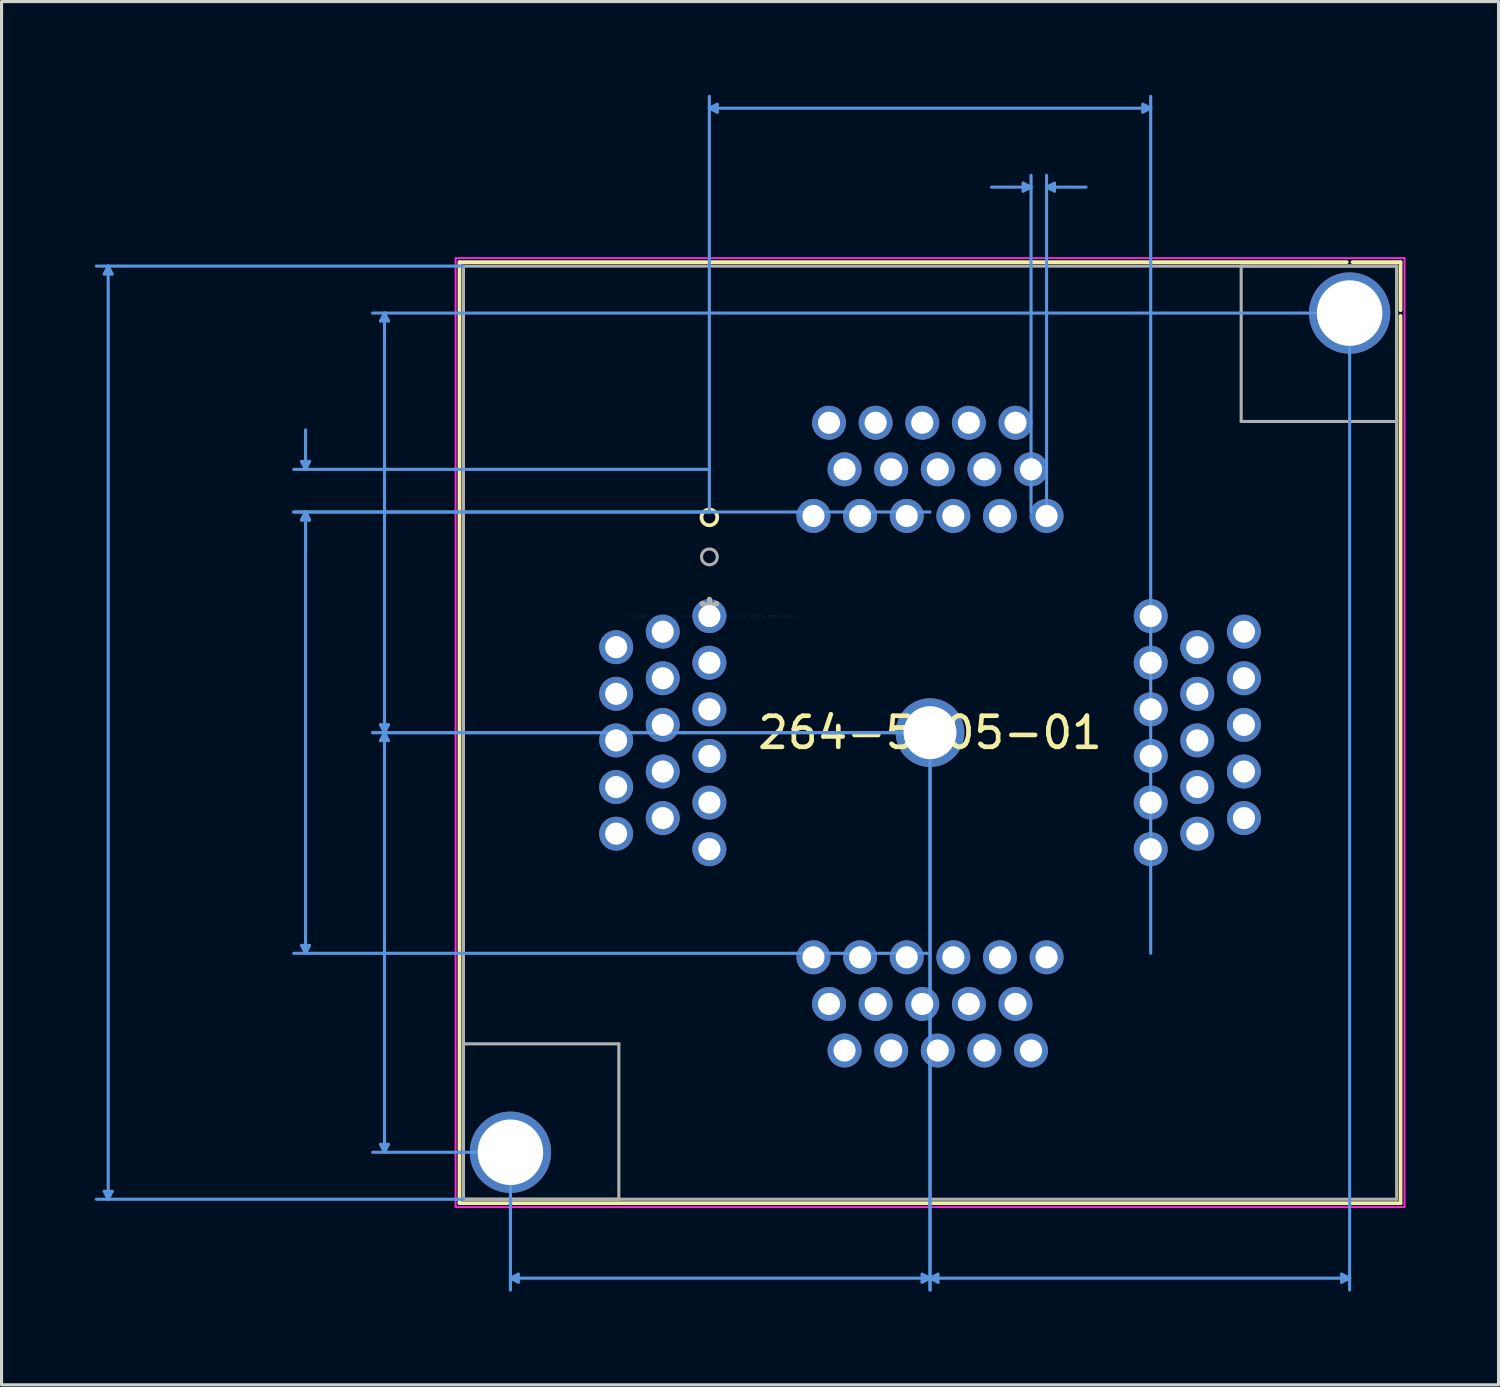
<source format=kicad_pcb>
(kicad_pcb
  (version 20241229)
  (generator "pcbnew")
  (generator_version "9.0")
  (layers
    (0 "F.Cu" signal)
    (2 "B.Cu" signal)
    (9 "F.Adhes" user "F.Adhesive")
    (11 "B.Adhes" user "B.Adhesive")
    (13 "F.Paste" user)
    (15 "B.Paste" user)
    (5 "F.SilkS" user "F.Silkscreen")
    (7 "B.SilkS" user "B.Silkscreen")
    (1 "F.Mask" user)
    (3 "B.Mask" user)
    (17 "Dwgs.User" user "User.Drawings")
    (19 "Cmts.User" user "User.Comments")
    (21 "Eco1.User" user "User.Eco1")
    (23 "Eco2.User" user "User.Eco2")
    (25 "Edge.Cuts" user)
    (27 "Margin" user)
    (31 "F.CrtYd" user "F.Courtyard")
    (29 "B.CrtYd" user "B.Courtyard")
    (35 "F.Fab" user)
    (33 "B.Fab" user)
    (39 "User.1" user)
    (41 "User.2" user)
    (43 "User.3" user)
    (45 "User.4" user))
  (footprint "264-5205-01"
    (layer "F.Cu")
    (at 19.773 16.772)
    (property "Reference" "264-5205-01" (at 7.099 3.75 0) (layer "F.SilkS") (effects (font (size 1 1) (thickness 0.15))))
    (attr through_hole)
    (fp_line (start -8.039 -11.388) (end -8.039 17.159) (stroke (width 0.12) (type solid)) (layer "F.SilkS"))
    (fp_line (start -8.039 17.341) (end -8.039 18.888) (stroke (width 0.12) (type solid)) (layer "F.SilkS"))
    (fp_line (start -8.039 18.888) (end -6.492 18.888) (stroke (width 0.12) (type solid)) (layer "F.SilkS"))
    (fp_line (start -6.31 18.888) (end 22.238 18.888) (stroke (width 0.12) (type solid)) (layer "F.SilkS"))
    (fp_line (start 20.508 -11.388) (end -8.039 -11.388) (stroke (width 0.12) (type solid)) (layer "F.SilkS"))
    (fp_line (start 22.238 -11.388) (end 20.691 -11.388) (stroke (width 0.12) (type solid)) (layer "F.SilkS"))
    (fp_line (start 22.238 -9.841) (end 22.238 -11.388) (stroke (width 0.12) (type solid)) (layer "F.SilkS"))
    (fp_line (start 22.238 18.888) (end 22.238 -9.659) (stroke (width 0.12) (type solid)) (layer "F.SilkS"))
    (fp_circle (center 0 -3.175) (end 0.254 -3.175) (stroke (width 0.12) (type solid)) (fill no) (layer "F.SilkS"))
    (fp_line (start -19.469 -11.007) (end -19.215 -11.007) (stroke (width 0.1) (type solid)) (layer "Cmts.User"))
    (fp_line (start -19.469 18.507) (end -19.215 18.507) (stroke (width 0.1) (type solid)) (layer "Cmts.User"))
    (fp_line (start -19.342 -11.261) (end -19.469 -11.007) (stroke (width 0.1) (type solid)) (layer "Cmts.User"))
    (fp_line (start -19.342 -11.261) (end -19.342 18.761) (stroke (width 0.1) (type solid)) (layer "Cmts.User"))
    (fp_line (start -19.342 -11.261) (end -19.215 -11.007) (stroke (width 0.1) (type solid)) (layer "Cmts.User"))
    (fp_line (start -19.342 18.761) (end -19.469 18.507) (stroke (width 0.1) (type solid)) (layer "Cmts.User"))
    (fp_line (start -19.342 18.761) (end -19.215 18.507) (stroke (width 0.1) (type solid)) (layer "Cmts.User"))
    (fp_line (start -13.119 -4.975) (end -12.865 -4.975) (stroke (width 0.1) (type solid)) (layer "Cmts.User"))
    (fp_line (start -13.119 -3.095) (end -12.865 -3.095) (stroke (width 0.1) (type solid)) (layer "Cmts.User"))
    (fp_line (start -13.119 -3.095) (end -12.865 -3.095) (stroke (width 0.1) (type solid)) (layer "Cmts.User"))
    (fp_line (start -13.119 10.595) (end -12.865 10.595) (stroke (width 0.1) (type solid)) (layer "Cmts.User"))
    (fp_line (start -12.992 -4.721) (end -13.119 -4.975) (stroke (width 0.1) (type solid)) (layer "Cmts.User"))
    (fp_line (start -12.992 -4.721) (end -12.992 -5.991) (stroke (width 0.1) (type solid)) (layer "Cmts.User"))
    (fp_line (start -12.992 -4.721) (end -12.865 -4.975) (stroke (width 0.1) (type solid)) (layer "Cmts.User"))
    (fp_line (start -12.992 -3.349) (end -13.119 -3.095) (stroke (width 0.1) (type solid)) (layer "Cmts.User"))
    (fp_line (start -12.992 -3.349) (end -13.119 -3.095) (stroke (width 0.1) (type solid)) (layer "Cmts.User"))
    (fp_line (start -12.992 -3.349) (end -12.992 -2.079) (stroke (width 0.1) (type solid)) (layer "Cmts.User"))
    (fp_line (start -12.992 -3.349) (end -12.992 10.849) (stroke (width 0.1) (type solid)) (layer "Cmts.User"))
    (fp_line (start -12.992 -3.349) (end -12.865 -3.095) (stroke (width 0.1) (type solid)) (layer "Cmts.User"))
    (fp_line (start -12.992 -3.349) (end -12.865 -3.095) (stroke (width 0.1) (type solid)) (layer "Cmts.User"))
    (fp_line (start -12.992 10.849) (end -13.119 10.595) (stroke (width 0.1) (type solid)) (layer "Cmts.User"))
    (fp_line (start -12.992 10.849) (end -12.865 10.595) (stroke (width 0.1) (type solid)) (layer "Cmts.User"))
    (fp_line (start -10.579 -9.496) (end -10.325 -9.496) (stroke (width 0.1) (type solid)) (layer "Cmts.User"))
    (fp_line (start -10.579 3.496) (end -10.325 3.496) (stroke (width 0.1) (type solid)) (layer "Cmts.User"))
    (fp_line (start -10.579 4.004) (end -10.325 4.004) (stroke (width 0.1) (type solid)) (layer "Cmts.User"))
    (fp_line (start -10.579 16.996) (end -10.325 16.996) (stroke (width 0.1) (type solid)) (layer "Cmts.User"))
    (fp_line (start -10.452 -9.75) (end -10.579 -9.496) (stroke (width 0.1) (type solid)) (layer "Cmts.User"))
    (fp_line (start -10.452 -9.75) (end -10.452 3.75) (stroke (width 0.1) (type solid)) (layer "Cmts.User"))
    (fp_line (start -10.452 -9.75) (end -10.325 -9.496) (stroke (width 0.1) (type solid)) (layer "Cmts.User"))
    (fp_line (start -10.452 3.75) (end -10.579 3.496) (stroke (width 0.1) (type solid)) (layer "Cmts.User"))
    (fp_line (start -10.452 3.75) (end -10.579 4.004) (stroke (width 0.1) (type solid)) (layer "Cmts.User"))
    (fp_line (start -10.452 3.75) (end -10.452 17.25) (stroke (width 0.1) (type solid)) (layer "Cmts.User"))
    (fp_line (start -10.452 3.75) (end -10.325 3.496) (stroke (width 0.1) (type solid)) (layer "Cmts.User"))
    (fp_line (start -10.452 3.75) (end -10.325 4.004) (stroke (width 0.1) (type solid)) (layer "Cmts.User"))
    (fp_line (start -10.452 17.25) (end -10.579 16.996) (stroke (width 0.1) (type solid)) (layer "Cmts.User"))
    (fp_line (start -10.452 17.25) (end -10.325 16.996) (stroke (width 0.1) (type solid)) (layer "Cmts.User"))
    (fp_line (start -7.912 -11.261) (end -19.723 -11.261) (stroke (width 0.1) (type solid)) (layer "Cmts.User"))
    (fp_line (start -7.912 18.761) (end -19.723 18.761) (stroke (width 0.1) (type solid)) (layer "Cmts.User"))
    (fp_line (start -6.401 17.25) (end -10.833 17.25) (stroke (width 0.1) (type solid)) (layer "Cmts.User"))
    (fp_line (start -6.401 17.25) (end -6.401 21.682) (stroke (width 0.1) (type solid)) (layer "Cmts.User"))
    (fp_line (start -6.401 21.301) (end -6.147 21.174) (stroke (width 0.1) (type solid)) (layer "Cmts.User"))
    (fp_line (start -6.401 21.301) (end -6.147 21.428) (stroke (width 0.1) (type solid)) (layer "Cmts.User"))
    (fp_line (start -6.401 21.301) (end 7.099 21.301) (stroke (width 0.1) (type solid)) (layer "Cmts.User"))
    (fp_line (start -6.147 21.174) (end -6.147 21.428) (stroke (width 0.1) (type solid)) (layer "Cmts.User"))
    (fp_line (start -0.001 -16.341) (end 0.253 -16.468) (stroke (width 0.1) (type solid)) (layer "Cmts.User"))
    (fp_line (start -0.001 -16.341) (end 0.253 -16.214) (stroke (width 0.1) (type solid)) (layer "Cmts.User"))
    (fp_line (start -0.001 -16.341) (end 14.199 -16.341) (stroke (width 0.1) (type solid)) (layer "Cmts.User"))
    (fp_line (start -0.001 -4.721) (end -13.373 -4.721) (stroke (width 0.1) (type solid)) (layer "Cmts.User"))
    (fp_line (start -0.001 -3.349) (end -13.373 -3.349) (stroke (width 0.1) (type solid)) (layer "Cmts.User"))
    (fp_line (start -0.001 -3.349) (end -0.001 -16.722) (stroke (width 0.1) (type solid)) (layer "Cmts.User"))
    (fp_line (start 0.253 -16.468) (end 0.253 -16.214) (stroke (width 0.1) (type solid)) (layer "Cmts.User"))
    (fp_line (start 6.845 21.174) (end 6.845 21.428) (stroke (width 0.1) (type solid)) (layer "Cmts.User"))
    (fp_line (start 7.099 -3.349) (end -13.373 -3.349) (stroke (width 0.1) (type solid)) (layer "Cmts.User"))
    (fp_line (start 7.099 3.75) (end -10.833 3.75) (stroke (width 0.1) (type solid)) (layer "Cmts.User"))
    (fp_line (start 7.099 3.75) (end -10.833 3.75) (stroke (width 0.1) (type solid)) (layer "Cmts.User"))
    (fp_line (start 7.099 3.75) (end 7.099 21.682) (stroke (width 0.1) (type solid)) (layer "Cmts.User"))
    (fp_line (start 7.099 3.75) (end 7.099 21.682) (stroke (width 0.1) (type solid)) (layer "Cmts.User"))
    (fp_line (start 7.099 10.849) (end -13.373 10.849) (stroke (width 0.1) (type solid)) (layer "Cmts.User"))
    (fp_line (start 7.099 21.301) (end 6.845 21.174) (stroke (width 0.1) (type solid)) (layer "Cmts.User"))
    (fp_line (start 7.099 21.301) (end 6.845 21.428) (stroke (width 0.1) (type solid)) (layer "Cmts.User"))
    (fp_line (start 7.099 21.301) (end 7.353 21.174) (stroke (width 0.1) (type solid)) (layer "Cmts.User"))
    (fp_line (start 7.099 21.301) (end 7.353 21.428) (stroke (width 0.1) (type solid)) (layer "Cmts.User"))
    (fp_line (start 7.099 21.301) (end 20.599 21.301) (stroke (width 0.1) (type solid)) (layer "Cmts.User"))
    (fp_line (start 7.353 21.174) (end 7.353 21.428) (stroke (width 0.1) (type solid)) (layer "Cmts.User"))
    (fp_line (start 10.095 -13.928) (end 10.095 -13.674) (stroke (width 0.1) (type solid)) (layer "Cmts.User"))
    (fp_line (start 10.349 -13.801) (end 9.079 -13.801) (stroke (width 0.1) (type solid)) (layer "Cmts.User"))
    (fp_line (start 10.349 -13.801) (end 10.095 -13.928) (stroke (width 0.1) (type solid)) (layer "Cmts.User"))
    (fp_line (start 10.349 -13.801) (end 10.095 -13.674) (stroke (width 0.1) (type solid)) (layer "Cmts.User"))
    (fp_line (start 10.349 -3.349) (end 10.349 -14.182) (stroke (width 0.1) (type solid)) (layer "Cmts.User"))
    (fp_line (start 10.849 -13.801) (end 11.103 -13.928) (stroke (width 0.1) (type solid)) (layer "Cmts.User"))
    (fp_line (start 10.849 -13.801) (end 11.103 -13.674) (stroke (width 0.1) (type solid)) (layer "Cmts.User"))
    (fp_line (start 10.849 -13.801) (end 12.119 -13.801) (stroke (width 0.1) (type solid)) (layer "Cmts.User"))
    (fp_line (start 10.849 -3.349) (end 10.849 -14.182) (stroke (width 0.1) (type solid)) (layer "Cmts.User"))
    (fp_line (start 11.103 -13.928) (end 11.103 -13.674) (stroke (width 0.1) (type solid)) (layer "Cmts.User"))
    (fp_line (start 13.945 -16.468) (end 13.945 -16.214) (stroke (width 0.1) (type solid)) (layer "Cmts.User"))
    (fp_line (start 14.199 -16.341) (end 13.945 -16.468) (stroke (width 0.1) (type solid)) (layer "Cmts.User"))
    (fp_line (start 14.199 -16.341) (end 13.945 -16.214) (stroke (width 0.1) (type solid)) (layer "Cmts.User"))
    (fp_line (start 14.199 10.849) (end 14.199 -16.722) (stroke (width 0.1) (type solid)) (layer "Cmts.User"))
    (fp_line (start 20.345 21.174) (end 20.345 21.428) (stroke (width 0.1) (type solid)) (layer "Cmts.User"))
    (fp_line (start 20.599 -9.75) (end -10.833 -9.75) (stroke (width 0.1) (type solid)) (layer "Cmts.User"))
    (fp_line (start 20.599 -9.75) (end 20.599 21.682) (stroke (width 0.1) (type solid)) (layer "Cmts.User"))
    (fp_line (start 20.599 21.301) (end 20.345 21.174) (stroke (width 0.1) (type solid)) (layer "Cmts.User"))
    (fp_line (start 20.599 21.301) (end 20.345 21.428) (stroke (width 0.1) (type solid)) (layer "Cmts.User"))
    (fp_line (start -8.166 -11.515) (end -8.166 19.015) (stroke (width 0.05) (type solid)) (layer "F.CrtYd"))
    (fp_line (start -8.166 -11.515) (end -8.166 19.015) (stroke (width 0.05) (type solid)) (layer "F.CrtYd"))
    (fp_line (start -8.166 19.015) (end 22.365 19.015) (stroke (width 0.05) (type solid)) (layer "F.CrtYd"))
    (fp_line (start -8.166 19.015) (end 22.365 19.015) (stroke (width 0.05) (type solid)) (layer "F.CrtYd"))
    (fp_line (start 22.365 -11.515) (end -8.166 -11.515) (stroke (width 0.05) (type solid)) (layer "F.CrtYd"))
    (fp_line (start 22.365 -11.515) (end -8.166 -11.515) (stroke (width 0.05) (type solid)) (layer "F.CrtYd"))
    (fp_line (start 22.365 19.015) (end 22.365 -11.515) (stroke (width 0.05) (type solid)) (layer "F.CrtYd"))
    (fp_line (start 22.365 19.015) (end 22.365 -11.515) (stroke (width 0.05) (type solid)) (layer "F.CrtYd"))
    (fp_line (start -7.912 13.761) (end -2.913 13.761) (stroke (width 0.1) (type solid)) (layer "F.Fab"))
    (fp_line (start -7.912 -11.261) (end -7.912 18.761) (stroke (width 0.1) (type solid)) (layer "F.Fab"))
    (fp_line (start -7.912 18.761) (end -7.912 13.761) (stroke (width 0.1) (type solid)) (layer "F.Fab"))
    (fp_line (start -7.912 18.761) (end 22.111 18.761) (stroke (width 0.1) (type solid)) (layer "F.Fab"))
    (fp_line (start -2.913 13.761) (end -2.913 18.761) (stroke (width 0.1) (type solid)) (layer "F.Fab"))
    (fp_line (start -2.913 18.761) (end -7.912 18.761) (stroke (width 0.1) (type solid)) (layer "F.Fab"))
    (fp_line (start 17.11 -11.262) (end 17.11 -6.262) (stroke (width 0.1) (type solid)) (layer "F.Fab"))
    (fp_line (start 17.11 -6.262) (end 22.11 -6.262) (stroke (width 0.1) (type solid)) (layer "F.Fab"))
    (fp_line (start 22.11 -11.262) (end 17.11 -11.262) (stroke (width 0.1) (type solid)) (layer "F.Fab"))
    (fp_line (start 22.11 -6.262) (end 22.11 -11.262) (stroke (width 0.1) (type solid)) (layer "F.Fab"))
    (fp_line (start 22.111 -11.261) (end -7.912 -11.261) (stroke (width 0.1) (type solid)) (layer "F.Fab"))
    (fp_line (start 22.111 18.761) (end 22.111 -11.261) (stroke (width 0.1) (type solid)) (layer "F.Fab"))
    (fp_circle (center 0 -1.905) (end 0.254 -1.905) (stroke (width 0.1) (type solid)) (fill no) (layer "F.Fab"))
    (fp_text user "*" (at 0 0 0) (layer "F.SilkS") (effects (font (size 1 1) (thickness 0.15))))
    (fp_text user "Copyright 2021 Accelerated Designs. All rights reserved." (at 0 0 0) (layer "Cmts.User") (effects (font (size 0.127 0.127) (thickness 0.002))))
    (fp_text user "*" (at 0 0 0) (layer "F.Fab") (effects (font (size 1 1) (thickness 0.15))))
    (pad "1" thru_hole circle (at 0 0 90) (size 1.092 1.092) (drill 0.711) (layers "*.Cu" "*.Mask"))
    (pad "2" thru_hole circle (at -1.5 0.5 90) (size 1.092 1.092) (drill 0.711) (layers "*.Cu" "*.Mask"))
    (pad "3" thru_hole circle (at -2.999 1 90) (size 1.092 1.092) (drill 0.711) (layers "*.Cu" "*.Mask"))
    (pad "4" thru_hole circle (at 0 1.5 90) (size 1.092 1.092) (drill 0.711) (layers "*.Cu" "*.Mask"))
    (pad "5" thru_hole circle (at -1.5 2 90) (size 1.092 1.092) (drill 0.711) (layers "*.Cu" "*.Mask"))
    (pad "6" thru_hole circle (at -2.999 2.5 90) (size 1.092 1.092) (drill 0.711) (layers "*.Cu" "*.Mask"))
    (pad "7" thru_hole circle (at 0 3 90) (size 1.092 1.092) (drill 0.711) (layers "*.Cu" "*.Mask"))
    (pad "8" thru_hole circle (at -1.5 3.5 90) (size 1.092 1.092) (drill 0.711) (layers "*.Cu" "*.Mask"))
    (pad "9" thru_hole circle (at -2.999 4 90) (size 1.092 1.092) (drill 0.711) (layers "*.Cu" "*.Mask"))
    (pad "10" thru_hole circle (at 0 4.5 90) (size 1.092 1.092) (drill 0.711) (layers "*.Cu" "*.Mask"))
    (pad "11" thru_hole circle (at -1.5 5 90) (size 1.092 1.092) (drill 0.711) (layers "*.Cu" "*.Mask"))
    (pad "12" thru_hole circle (at -2.999 5.5 90) (size 1.092 1.092) (drill 0.711) (layers "*.Cu" "*.Mask"))
    (pad "13" thru_hole circle (at 0 6 90) (size 1.092 1.092) (drill 0.711) (layers "*.Cu" "*.Mask"))
    (pad "14" thru_hole circle (at -1.5 6.5 90) (size 1.092 1.092) (drill 0.711) (layers "*.Cu" "*.Mask"))
    (pad "15" thru_hole circle (at -2.999 7 90) (size 1.092 1.092) (drill 0.711) (layers "*.Cu" "*.Mask"))
    (pad "16" thru_hole circle (at 0 7.5 90) (size 1.092 1.092) (drill 0.711) (layers "*.Cu" "*.Mask"))
    (pad "17" thru_hole circle (at 3.349 10.978) (size 1.092 1.092) (drill 0.711) (layers "*.Cu" "*.Mask"))
    (pad "18" thru_hole circle (at 3.849 12.478) (size 1.092 1.092) (drill 0.711) (layers "*.Cu" "*.Mask"))
    (pad "19" thru_hole circle (at 4.349 13.977) (size 1.092 1.092) (drill 0.711) (layers "*.Cu" "*.Mask"))
    (pad "20" thru_hole circle (at 4.849 10.978) (size 1.092 1.092) (drill 0.711) (layers "*.Cu" "*.Mask"))
    (pad "21" thru_hole circle (at 5.349 12.478) (size 1.092 1.092) (drill 0.711) (layers "*.Cu" "*.Mask"))
    (pad "22" thru_hole circle (at 5.849 13.977) (size 1.092 1.092) (drill 0.711) (layers "*.Cu" "*.Mask"))
    (pad "23" thru_hole circle (at 6.349 10.978) (size 1.092 1.092) (drill 0.711) (layers "*.Cu" "*.Mask"))
    (pad "24" thru_hole circle (at 6.849 12.478) (size 1.092 1.092) (drill 0.711) (layers "*.Cu" "*.Mask"))
    (pad "25" thru_hole circle (at 7.349 13.977) (size 1.092 1.092) (drill 0.711) (layers "*.Cu" "*.Mask"))
    (pad "26" thru_hole circle (at 7.849 10.978) (size 1.092 1.092) (drill 0.711) (layers "*.Cu" "*.Mask"))
    (pad "27" thru_hole circle (at 8.349 12.478) (size 1.092 1.092) (drill 0.711) (layers "*.Cu" "*.Mask"))
    (pad "28" thru_hole circle (at 8.849 13.977) (size 1.092 1.092) (drill 0.711) (layers "*.Cu" "*.Mask"))
    (pad "29" thru_hole circle (at 9.349 10.978) (size 1.092 1.092) (drill 0.711) (layers "*.Cu" "*.Mask"))
    (pad "30" thru_hole circle (at 9.849 12.478) (size 1.092 1.092) (drill 0.711) (layers "*.Cu" "*.Mask"))
    (pad "31" thru_hole circle (at 10.349 13.977) (size 1.092 1.092) (drill 0.711) (layers "*.Cu" "*.Mask"))
    (pad "32" thru_hole circle (at 10.849 10.978) (size 1.092 1.092) (drill 0.711) (layers "*.Cu" "*.Mask"))
    (pad "33" thru_hole circle (at 14.199 7.5 90) (size 1.092 1.092) (drill 0.711) (layers "*.Cu" "*.Mask"))
    (pad "34" thru_hole circle (at 15.698 7 90) (size 1.092 1.092) (drill 0.711) (layers "*.Cu" "*.Mask"))
    (pad "35" thru_hole circle (at 17.198 6.5 90) (size 1.092 1.092) (drill 0.711) (layers "*.Cu" "*.Mask"))
    (pad "36" thru_hole circle (at 14.199 6 90) (size 1.092 1.092) (drill 0.711) (layers "*.Cu" "*.Mask"))
    (pad "37" thru_hole circle (at 15.698 5.5 90) (size 1.092 1.092) (drill 0.711) (layers "*.Cu" "*.Mask"))
    (pad "38" thru_hole circle (at 17.198 5 90) (size 1.092 1.092) (drill 0.711) (layers "*.Cu" "*.Mask"))
    (pad "39" thru_hole circle (at 14.199 4.5 90) (size 1.092 1.092) (drill 0.711) (layers "*.Cu" "*.Mask"))
    (pad "40" thru_hole circle (at 15.698 4 90) (size 1.092 1.092) (drill 0.711) (layers "*.Cu" "*.Mask"))
    (pad "41" thru_hole circle (at 17.198 3.5 90) (size 1.092 1.092) (drill 0.711) (layers "*.Cu" "*.Mask"))
    (pad "42" thru_hole circle (at 14.199 3 90) (size 1.092 1.092) (drill 0.711) (layers "*.Cu" "*.Mask"))
    (pad "43" thru_hole circle (at 15.698 2.5 90) (size 1.092 1.092) (drill 0.711) (layers "*.Cu" "*.Mask"))
    (pad "44" thru_hole circle (at 17.198 2 90) (size 1.092 1.092) (drill 0.711) (layers "*.Cu" "*.Mask"))
    (pad "45" thru_hole circle (at 14.199 1.5 90) (size 1.092 1.092) (drill 0.711) (layers "*.Cu" "*.Mask"))
    (pad "46" thru_hole circle (at 15.698 1 90) (size 1.092 1.092) (drill 0.711) (layers "*.Cu" "*.Mask"))
    (pad "47" thru_hole circle (at 17.198 0.5 90) (size 1.092 1.092) (drill 0.711) (layers "*.Cu" "*.Mask"))
    (pad "48" thru_hole circle (at 14.199 0 90) (size 1.092 1.092) (drill 0.711) (layers "*.Cu" "*.Mask"))
    (pad "49" thru_hole circle (at 10.849 -3.222) (size 1.092 1.092) (drill 0.711) (layers "*.Cu" "*.Mask"))
    (pad "50" thru_hole circle (at 10.349 -4.722) (size 1.092 1.092) (drill 0.711) (layers "*.Cu" "*.Mask"))
    (pad "51" thru_hole circle (at 9.849 -6.221) (size 1.092 1.092) (drill 0.711) (layers "*.Cu" "*.Mask"))
    (pad "52" thru_hole circle (at 9.349 -3.222) (size 1.092 1.092) (drill 0.711) (layers "*.Cu" "*.Mask"))
    (pad "53" thru_hole circle (at 8.849 -4.722) (size 1.092 1.092) (drill 0.711) (layers "*.Cu" "*.Mask"))
    (pad "54" thru_hole circle (at 8.349 -6.221) (size 1.092 1.092) (drill 0.711) (layers "*.Cu" "*.Mask"))
    (pad "55" thru_hole circle (at 7.849 -3.222) (size 1.092 1.092) (drill 0.711) (layers "*.Cu" "*.Mask"))
    (pad "56" thru_hole circle (at 7.349 -4.722) (size 1.092 1.092) (drill 0.711) (layers "*.Cu" "*.Mask"))
    (pad "57" thru_hole circle (at 6.849 -6.221) (size 1.092 1.092) (drill 0.711) (layers "*.Cu" "*.Mask"))
    (pad "58" thru_hole circle (at 6.349 -3.222) (size 1.092 1.092) (drill 0.711) (layers "*.Cu" "*.Mask"))
    (pad "59" thru_hole circle (at 5.849 -4.722) (size 1.092 1.092) (drill 0.711) (layers "*.Cu" "*.Mask"))
    (pad "60" thru_hole circle (at 5.349 -6.221) (size 1.092 1.092) (drill 0.711) (layers "*.Cu" "*.Mask"))
    (pad "61" thru_hole circle (at 4.849 -3.222) (size 1.092 1.092) (drill 0.711) (layers "*.Cu" "*.Mask"))
    (pad "62" thru_hole circle (at 4.349 -4.722) (size 1.092 1.092) (drill 0.711) (layers "*.Cu" "*.Mask"))
    (pad "63" thru_hole circle (at 3.849 -6.221) (size 1.092 1.092) (drill 0.711) (layers "*.Cu" "*.Mask"))
    (pad "64" thru_hole circle (at 3.349 -3.222) (size 1.092 1.092) (drill 0.711) (layers "*.Cu" "*.Mask"))
    (pad "65" thru_hole circle (at 7.099 3.75) (size 2.21 2.21) (drill 1.702) (layers "*.Cu" "*.Mask"))
    (pad "66" thru_hole circle (at -6.401 17.25) (size 2.616 2.616) (drill 2.108) (layers "*.Cu" "*.Mask"))
    (pad "67" thru_hole circle (at 20.599 -9.75) (size 2.616 2.616) (drill 2.108) (layers "*.Cu" "*.Mask")))
  (gr_rect
    (start -3 -3)
    (end 45.163 41.505)
    (stroke (width 0.1) (type default))
    (fill no)
    (layer "Edge.Cuts")))
</source>
